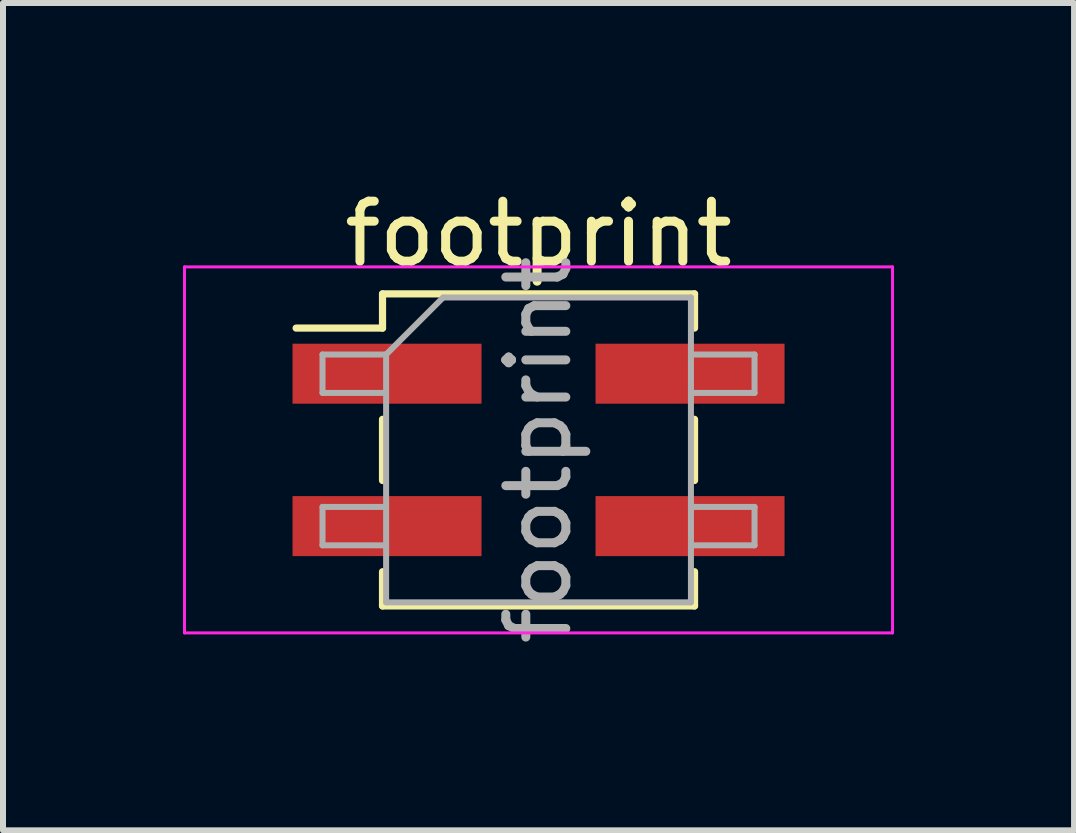
<source format=kicad_pcb>
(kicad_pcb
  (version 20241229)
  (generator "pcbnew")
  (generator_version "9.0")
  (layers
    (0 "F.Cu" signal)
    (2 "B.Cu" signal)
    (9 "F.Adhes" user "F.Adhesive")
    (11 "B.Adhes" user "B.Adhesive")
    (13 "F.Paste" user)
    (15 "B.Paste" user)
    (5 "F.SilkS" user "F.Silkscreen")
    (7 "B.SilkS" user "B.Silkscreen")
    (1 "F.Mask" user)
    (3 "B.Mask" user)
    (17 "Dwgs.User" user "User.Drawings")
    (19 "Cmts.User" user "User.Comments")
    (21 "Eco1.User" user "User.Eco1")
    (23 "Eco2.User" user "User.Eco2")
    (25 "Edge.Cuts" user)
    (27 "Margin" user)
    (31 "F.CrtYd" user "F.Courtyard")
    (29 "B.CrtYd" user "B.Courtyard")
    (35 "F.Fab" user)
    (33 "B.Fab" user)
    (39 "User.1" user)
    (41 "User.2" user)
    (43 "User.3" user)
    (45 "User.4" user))
  (footprint "footprint"
    (layer "F.Cu")
    (at 5.925 4.448)
    (property "Reference" "footprint" (at 0 -3.6 0) (layer "F.SilkS") (effects (font (size 1 1) (thickness 0.15))))
    (attr smd)
    (fp_line (start -4.04 -2.03) (end -2.6 -2.03) (stroke (width 0.12) (type solid)) (layer "F.SilkS"))
    (fp_line (start -2.6 -2.6) (end -2.6 -2.03) (stroke (width 0.12) (type solid)) (layer "F.SilkS"))
    (fp_line (start -2.6 -2.6) (end 2.6 -2.6) (stroke (width 0.12) (type solid)) (layer "F.SilkS"))
    (fp_line (start -2.6 -0.51) (end -2.6 0.51) (stroke (width 0.12) (type solid)) (layer "F.SilkS"))
    (fp_line (start -2.6 2.03) (end -2.6 2.6) (stroke (width 0.12) (type solid)) (layer "F.SilkS"))
    (fp_line (start -2.6 2.6) (end 2.6 2.6) (stroke (width 0.12) (type solid)) (layer "F.SilkS"))
    (fp_line (start 2.6 -2.6) (end 2.6 -2.03) (stroke (width 0.12) (type solid)) (layer "F.SilkS"))
    (fp_line (start 2.6 -0.51) (end 2.6 0.51) (stroke (width 0.12) (type solid)) (layer "F.SilkS"))
    (fp_line (start 2.6 2.03) (end 2.6 2.6) (stroke (width 0.12) (type solid)) (layer "F.SilkS"))
    (fp_line (start -5.9 -3.05) (end -5.9 3.05) (stroke (width 0.05) (type solid)) (layer "F.CrtYd"))
    (fp_line (start -5.9 3.05) (end 5.9 3.05) (stroke (width 0.05) (type solid)) (layer "F.CrtYd"))
    (fp_line (start 5.9 -3.05) (end -5.9 -3.05) (stroke (width 0.05) (type solid)) (layer "F.CrtYd"))
    (fp_line (start 5.9 3.05) (end 5.9 -3.05) (stroke (width 0.05) (type solid)) (layer "F.CrtYd"))
    (fp_line (start -3.6 -1.59) (end -3.6 -0.95) (stroke (width 0.1) (type solid)) (layer "F.Fab"))
    (fp_line (start -3.6 -0.95) (end -2.54 -0.95) (stroke (width 0.1) (type solid)) (layer "F.Fab"))
    (fp_line (start -3.6 0.95) (end -3.6 1.59) (stroke (width 0.1) (type solid)) (layer "F.Fab"))
    (fp_line (start -3.6 1.59) (end -2.54 1.59) (stroke (width 0.1) (type solid)) (layer "F.Fab"))
    (fp_line (start -2.54 -1.59) (end -3.6 -1.59) (stroke (width 0.1) (type solid)) (layer "F.Fab"))
    (fp_line (start -2.54 -1.59) (end -1.59 -2.54) (stroke (width 0.1) (type solid)) (layer "F.Fab"))
    (fp_line (start -2.54 0.95) (end -3.6 0.95) (stroke (width 0.1) (type solid)) (layer "F.Fab"))
    (fp_line (start -2.54 2.54) (end -2.54 -1.59) (stroke (width 0.1) (type solid)) (layer "F.Fab"))
    (fp_line (start -1.59 -2.54) (end 2.54 -2.54) (stroke (width 0.1) (type solid)) (layer "F.Fab"))
    (fp_line (start 2.54 -2.54) (end 2.54 2.54) (stroke (width 0.1) (type solid)) (layer "F.Fab"))
    (fp_line (start 2.54 -1.59) (end 3.6 -1.59) (stroke (width 0.1) (type solid)) (layer "F.Fab"))
    (fp_line (start 2.54 0.95) (end 3.6 0.95) (stroke (width 0.1) (type solid)) (layer "F.Fab"))
    (fp_line (start 2.54 2.54) (end -2.54 2.54) (stroke (width 0.1) (type solid)) (layer "F.Fab"))
    (fp_line (start 3.6 -1.59) (end 3.6 -0.95) (stroke (width 0.1) (type solid)) (layer "F.Fab"))
    (fp_line (start 3.6 -0.95) (end 2.54 -0.95) (stroke (width 0.1) (type solid)) (layer "F.Fab"))
    (fp_line (start 3.6 0.95) (end 3.6 1.59) (stroke (width 0.1) (type solid)) (layer "F.Fab"))
    (fp_line (start 3.6 1.59) (end 2.54 1.59) (stroke (width 0.1) (type solid)) (layer "F.Fab"))
    (fp_text user "${REFERENCE}" (at 0 0 90) (layer "F.Fab") (effects (font (size 1 1) (thickness 0.15))))
    (pad "1" smd rect (at -2.525 -1.27) (size 3.15 1) (layers "F.Cu" "F.Mask" "F.Paste"))
    (pad "2" smd rect (at 2.525 -1.27) (size 3.15 1) (layers "F.Cu" "F.Mask" "F.Paste"))
    (pad "3" smd rect (at -2.525 1.27) (size 3.15 1) (layers "F.Cu" "F.Mask" "F.Paste"))
    (pad "4" smd rect (at 2.525 1.27) (size 3.15 1) (layers "F.Cu" "F.Mask" "F.Paste")))
  (gr_rect
    (start -3 -3)
    (end 14.85 10.788)
    (stroke (width 0.1) (type default))
    (fill no)
    (layer "Edge.Cuts")))
</source>
